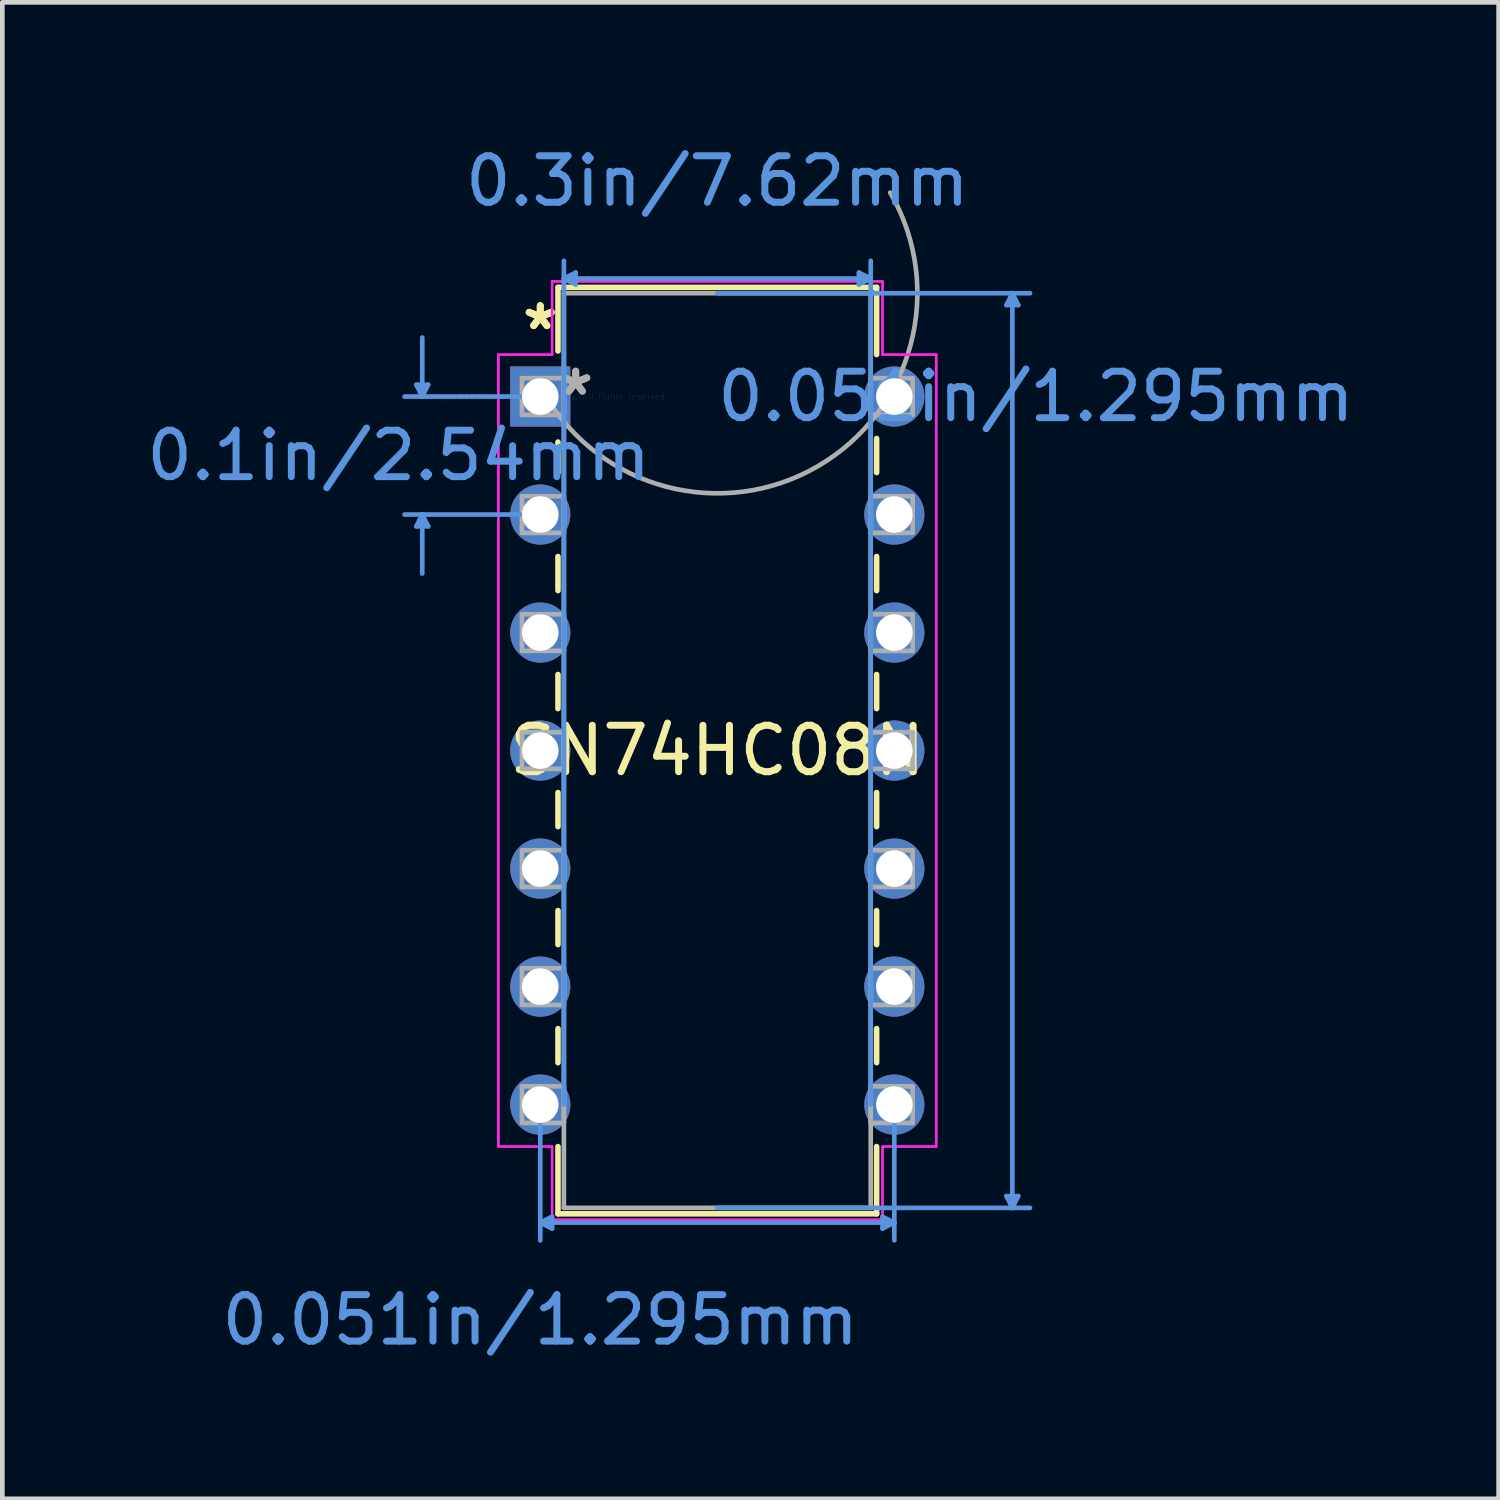
<source format=kicad_pcb>
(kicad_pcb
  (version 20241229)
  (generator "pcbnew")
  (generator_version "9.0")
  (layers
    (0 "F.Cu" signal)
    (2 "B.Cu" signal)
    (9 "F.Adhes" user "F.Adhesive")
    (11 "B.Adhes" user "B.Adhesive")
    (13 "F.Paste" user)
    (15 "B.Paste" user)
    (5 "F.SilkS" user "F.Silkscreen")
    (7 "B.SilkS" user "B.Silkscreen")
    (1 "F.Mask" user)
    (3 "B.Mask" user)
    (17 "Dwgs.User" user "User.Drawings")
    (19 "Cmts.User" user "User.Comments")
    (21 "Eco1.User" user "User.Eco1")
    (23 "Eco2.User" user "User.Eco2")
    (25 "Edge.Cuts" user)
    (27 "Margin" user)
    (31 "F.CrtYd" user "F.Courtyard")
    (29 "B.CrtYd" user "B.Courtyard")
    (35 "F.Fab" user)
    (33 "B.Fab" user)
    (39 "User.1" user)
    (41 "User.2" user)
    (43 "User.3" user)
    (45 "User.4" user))
  (footprint "SN74HC08N"
    (layer "F.Cu")
    (at 8.578 5.484)
    (property "Reference" "SN74HC08N" (at 3.81 7.62 0) (layer "F.SilkS") (effects (font (size 1 1) (thickness 0.15))))
    (attr through_hole)
    (fp_line (start 0.381 -2.349) (end 0.381 -0.98) (stroke (width 0.12) (type solid)) (layer "F.SilkS"))
    (fp_line (start 0.381 0.98) (end 0.381 1.637) (stroke (width 0.12) (type solid)) (layer "F.SilkS"))
    (fp_line (start 0.381 3.443) (end 0.381 4.177) (stroke (width 0.12) (type solid)) (layer "F.SilkS"))
    (fp_line (start 0.381 5.983) (end 0.381 6.717) (stroke (width 0.12) (type solid)) (layer "F.SilkS"))
    (fp_line (start 0.381 8.523) (end 0.381 9.257) (stroke (width 0.12) (type solid)) (layer "F.SilkS"))
    (fp_line (start 0.381 11.063) (end 0.381 11.797) (stroke (width 0.12) (type solid)) (layer "F.SilkS"))
    (fp_line (start 0.381 13.603) (end 0.381 14.337) (stroke (width 0.12) (type solid)) (layer "F.SilkS"))
    (fp_line (start 0.381 16.143) (end 0.381 17.59) (stroke (width 0.12) (type solid)) (layer "F.SilkS"))
    (fp_line (start 0.381 17.59) (end 7.239 17.59) (stroke (width 0.12) (type solid)) (layer "F.SilkS"))
    (fp_line (start 7.239 -2.349) (end 0.381 -2.349) (stroke (width 0.12) (type solid)) (layer "F.SilkS"))
    (fp_line (start 7.239 -0.903) (end 7.239 -2.349) (stroke (width 0.12) (type solid)) (layer "F.SilkS"))
    (fp_line (start 7.239 1.637) (end 7.239 0.903) (stroke (width 0.12) (type solid)) (layer "F.SilkS"))
    (fp_line (start 7.239 4.177) (end 7.239 3.443) (stroke (width 0.12) (type solid)) (layer "F.SilkS"))
    (fp_line (start 7.239 6.717) (end 7.239 5.983) (stroke (width 0.12) (type solid)) (layer "F.SilkS"))
    (fp_line (start 7.239 9.257) (end 7.239 8.523) (stroke (width 0.12) (type solid)) (layer "F.SilkS"))
    (fp_line (start 7.239 11.797) (end 7.239 11.063) (stroke (width 0.12) (type solid)) (layer "F.SilkS"))
    (fp_line (start 7.239 14.337) (end 7.239 13.603) (stroke (width 0.12) (type solid)) (layer "F.SilkS"))
    (fp_line (start 7.239 17.59) (end 7.239 16.143) (stroke (width 0.12) (type solid)) (layer "F.SilkS"))
    (fp_line (start -2.667 -0.254) (end -2.413 -0.254) (stroke (width 0.1) (type solid)) (layer "Cmts.User"))
    (fp_line (start -2.667 2.794) (end -2.413 2.794) (stroke (width 0.1) (type solid)) (layer "Cmts.User"))
    (fp_line (start -2.54 0) (end -2.667 -0.254) (stroke (width 0.1) (type solid)) (layer "Cmts.User"))
    (fp_line (start -2.54 0) (end -2.54 -1.27) (stroke (width 0.1) (type solid)) (layer "Cmts.User"))
    (fp_line (start -2.54 0) (end -2.413 -0.254) (stroke (width 0.1) (type solid)) (layer "Cmts.User"))
    (fp_line (start -2.54 2.54) (end -2.667 2.794) (stroke (width 0.1) (type solid)) (layer "Cmts.User"))
    (fp_line (start -2.54 2.54) (end -2.54 3.81) (stroke (width 0.1) (type solid)) (layer "Cmts.User"))
    (fp_line (start -2.54 2.54) (end -2.413 2.794) (stroke (width 0.1) (type solid)) (layer "Cmts.User"))
    (fp_line (start 0 0) (end -2.921 0) (stroke (width 0.1) (type solid)) (layer "Cmts.User"))
    (fp_line (start 0 2.54) (end -2.921 2.54) (stroke (width 0.1) (type solid)) (layer "Cmts.User"))
    (fp_line (start 0 15.24) (end 0 18.161) (stroke (width 0.1) (type solid)) (layer "Cmts.User"))
    (fp_line (start 0 17.78) (end 0.254 17.653) (stroke (width 0.1) (type solid)) (layer "Cmts.User"))
    (fp_line (start 0 17.78) (end 0.254 17.907) (stroke (width 0.1) (type solid)) (layer "Cmts.User"))
    (fp_line (start 0 17.78) (end 7.62 17.78) (stroke (width 0.1) (type solid)) (layer "Cmts.User"))
    (fp_line (start 0.254 17.653) (end 0.254 17.907) (stroke (width 0.1) (type solid)) (layer "Cmts.User"))
    (fp_line (start 0.508 -2.54) (end 0.762 -2.667) (stroke (width 0.1) (type solid)) (layer "Cmts.User"))
    (fp_line (start 0.508 -2.54) (end 0.762 -2.413) (stroke (width 0.1) (type solid)) (layer "Cmts.User"))
    (fp_line (start 0.508 -2.54) (end 7.112 -2.54) (stroke (width 0.1) (type solid)) (layer "Cmts.User"))
    (fp_line (start 0.508 15.24) (end 0.508 -2.921) (stroke (width 0.1) (type solid)) (layer "Cmts.User"))
    (fp_line (start 0.762 -2.667) (end 0.762 -2.413) (stroke (width 0.1) (type solid)) (layer "Cmts.User"))
    (fp_line (start 3.81 -2.223) (end 10.541 -2.223) (stroke (width 0.1) (type solid)) (layer "Cmts.User"))
    (fp_line (start 3.81 17.462) (end 10.541 17.462) (stroke (width 0.1) (type solid)) (layer "Cmts.User"))
    (fp_line (start 6.858 -2.667) (end 6.858 -2.413) (stroke (width 0.1) (type solid)) (layer "Cmts.User"))
    (fp_line (start 7.112 -2.54) (end 6.858 -2.667) (stroke (width 0.1) (type solid)) (layer "Cmts.User"))
    (fp_line (start 7.112 -2.54) (end 6.858 -2.413) (stroke (width 0.1) (type solid)) (layer "Cmts.User"))
    (fp_line (start 7.112 15.24) (end 7.112 -2.921) (stroke (width 0.1) (type solid)) (layer "Cmts.User"))
    (fp_line (start 7.366 17.653) (end 7.366 17.907) (stroke (width 0.1) (type solid)) (layer "Cmts.User"))
    (fp_line (start 7.62 15.24) (end 7.62 18.161) (stroke (width 0.1) (type solid)) (layer "Cmts.User"))
    (fp_line (start 7.62 17.78) (end 7.366 17.653) (stroke (width 0.1) (type solid)) (layer "Cmts.User"))
    (fp_line (start 7.62 17.78) (end 7.366 17.907) (stroke (width 0.1) (type solid)) (layer "Cmts.User"))
    (fp_line (start 10.033 -1.968) (end 10.287 -1.968) (stroke (width 0.1) (type solid)) (layer "Cmts.User"))
    (fp_line (start 10.033 17.209) (end 10.287 17.209) (stroke (width 0.1) (type solid)) (layer "Cmts.User"))
    (fp_line (start 10.16 -2.223) (end 10.033 -1.968) (stroke (width 0.1) (type solid)) (layer "Cmts.User"))
    (fp_line (start 10.16 -2.223) (end 10.16 17.462) (stroke (width 0.1) (type solid)) (layer "Cmts.User"))
    (fp_line (start 10.16 -2.223) (end 10.287 -1.968) (stroke (width 0.1) (type solid)) (layer "Cmts.User"))
    (fp_line (start 10.16 17.462) (end 10.033 17.209) (stroke (width 0.1) (type solid)) (layer "Cmts.User"))
    (fp_line (start 10.16 17.462) (end 10.287 17.209) (stroke (width 0.1) (type solid)) (layer "Cmts.User"))
    (fp_line (start -0.902 -0.902) (end -0.902 16.142) (stroke (width 0.05) (type solid)) (layer "F.CrtYd"))
    (fp_line (start -0.902 -0.902) (end 0.254 -0.902) (stroke (width 0.05) (type solid)) (layer "F.CrtYd"))
    (fp_line (start -0.902 16.142) (end -0.902 -0.902) (stroke (width 0.05) (type solid)) (layer "F.CrtYd"))
    (fp_line (start -0.902 16.142) (end 0.254 16.142) (stroke (width 0.05) (type solid)) (layer "F.CrtYd"))
    (fp_line (start 0.254 -2.477) (end 0.254 -0.902) (stroke (width 0.05) (type solid)) (layer "F.CrtYd"))
    (fp_line (start 0.254 -2.477) (end 7.366 -2.477) (stroke (width 0.05) (type solid)) (layer "F.CrtYd"))
    (fp_line (start 0.254 -0.902) (end -0.902 -0.902) (stroke (width 0.05) (type solid)) (layer "F.CrtYd"))
    (fp_line (start 0.254 -0.902) (end 0.254 -2.477) (stroke (width 0.05) (type solid)) (layer "F.CrtYd"))
    (fp_line (start 0.254 16.142) (end -0.902 16.142) (stroke (width 0.05) (type solid)) (layer "F.CrtYd"))
    (fp_line (start 0.254 16.142) (end 0.254 17.716) (stroke (width 0.05) (type solid)) (layer "F.CrtYd"))
    (fp_line (start 0.254 17.716) (end 0.254 16.142) (stroke (width 0.05) (type solid)) (layer "F.CrtYd"))
    (fp_line (start 0.254 17.716) (end 7.366 17.716) (stroke (width 0.05) (type solid)) (layer "F.CrtYd"))
    (fp_line (start 7.366 -2.477) (end 0.254 -2.477) (stroke (width 0.05) (type solid)) (layer "F.CrtYd"))
    (fp_line (start 7.366 -2.477) (end 7.366 -0.902) (stroke (width 0.05) (type solid)) (layer "F.CrtYd"))
    (fp_line (start 7.366 -0.902) (end 7.366 -2.477) (stroke (width 0.05) (type solid)) (layer "F.CrtYd"))
    (fp_line (start 7.366 16.142) (end 7.366 17.716) (stroke (width 0.05) (type solid)) (layer "F.CrtYd"))
    (fp_line (start 7.366 16.142) (end 8.522 16.142) (stroke (width 0.05) (type solid)) (layer "F.CrtYd"))
    (fp_line (start 7.366 17.716) (end 0.254 17.716) (stroke (width 0.05) (type solid)) (layer "F.CrtYd"))
    (fp_line (start 7.366 17.716) (end 7.366 16.142) (stroke (width 0.05) (type solid)) (layer "F.CrtYd"))
    (fp_line (start 8.522 -0.902) (end 7.366 -0.902) (stroke (width 0.05) (type solid)) (layer "F.CrtYd"))
    (fp_line (start 8.522 -0.902) (end 7.366 -0.902) (stroke (width 0.05) (type solid)) (layer "F.CrtYd"))
    (fp_line (start 8.522 -0.902) (end 8.522 16.142) (stroke (width 0.05) (type solid)) (layer "F.CrtYd"))
    (fp_line (start 8.522 16.142) (end 7.366 16.142) (stroke (width 0.05) (type solid)) (layer "F.CrtYd"))
    (fp_line (start 8.522 16.142) (end 8.522 -0.902) (stroke (width 0.05) (type solid)) (layer "F.CrtYd"))
    (fp_line (start -0.394 -0.394) (end -0.394 0.394) (stroke (width 0.1) (type solid)) (layer "F.Fab"))
    (fp_line (start -0.394 0.394) (end 0.508 0.394) (stroke (width 0.1) (type solid)) (layer "F.Fab"))
    (fp_line (start -0.394 2.146) (end -0.394 2.934) (stroke (width 0.1) (type solid)) (layer "F.Fab"))
    (fp_line (start -0.394 2.934) (end 0.508 2.934) (stroke (width 0.1) (type solid)) (layer "F.Fab"))
    (fp_line (start -0.394 4.686) (end -0.394 5.474) (stroke (width 0.1) (type solid)) (layer "F.Fab"))
    (fp_line (start -0.394 5.474) (end 0.508 5.474) (stroke (width 0.1) (type solid)) (layer "F.Fab"))
    (fp_line (start -0.394 7.226) (end -0.394 8.014) (stroke (width 0.1) (type solid)) (layer "F.Fab"))
    (fp_line (start -0.394 8.014) (end 0.508 8.014) (stroke (width 0.1) (type solid)) (layer "F.Fab"))
    (fp_line (start -0.394 9.766) (end -0.394 10.554) (stroke (width 0.1) (type solid)) (layer "F.Fab"))
    (fp_line (start -0.394 10.554) (end 0.508 10.554) (stroke (width 0.1) (type solid)) (layer "F.Fab"))
    (fp_line (start -0.394 12.306) (end -0.394 13.094) (stroke (width 0.1) (type solid)) (layer "F.Fab"))
    (fp_line (start -0.394 13.094) (end 0.508 13.094) (stroke (width 0.1) (type solid)) (layer "F.Fab"))
    (fp_line (start -0.394 14.846) (end -0.394 15.634) (stroke (width 0.1) (type solid)) (layer "F.Fab"))
    (fp_line (start -0.394 15.634) (end 0.508 15.634) (stroke (width 0.1) (type solid)) (layer "F.Fab"))
    (fp_line (start 0.508 -2.223) (end 0.508 17.462) (stroke (width 0.1) (type solid)) (layer "F.Fab"))
    (fp_line (start 0.508 -0.394) (end -0.394 -0.394) (stroke (width 0.1) (type solid)) (layer "F.Fab"))
    (fp_line (start 0.508 0.394) (end 0.508 -0.394) (stroke (width 0.1) (type solid)) (layer "F.Fab"))
    (fp_line (start 0.508 2.146) (end -0.394 2.146) (stroke (width 0.1) (type solid)) (layer "F.Fab"))
    (fp_line (start 0.508 2.934) (end 0.508 2.146) (stroke (width 0.1) (type solid)) (layer "F.Fab"))
    (fp_line (start 0.508 4.686) (end -0.394 4.686) (stroke (width 0.1) (type solid)) (layer "F.Fab"))
    (fp_line (start 0.508 5.474) (end 0.508 4.686) (stroke (width 0.1) (type solid)) (layer "F.Fab"))
    (fp_line (start 0.508 7.226) (end -0.394 7.226) (stroke (width 0.1) (type solid)) (layer "F.Fab"))
    (fp_line (start 0.508 8.014) (end 0.508 7.226) (stroke (width 0.1) (type solid)) (layer "F.Fab"))
    (fp_line (start 0.508 9.766) (end -0.394 9.766) (stroke (width 0.1) (type solid)) (layer "F.Fab"))
    (fp_line (start 0.508 10.554) (end 0.508 9.766) (stroke (width 0.1) (type solid)) (layer "F.Fab"))
    (fp_line (start 0.508 12.306) (end -0.394 12.306) (stroke (width 0.1) (type solid)) (layer "F.Fab"))
    (fp_line (start 0.508 13.094) (end 0.508 12.306) (stroke (width 0.1) (type solid)) (layer "F.Fab"))
    (fp_line (start 0.508 14.846) (end -0.394 14.846) (stroke (width 0.1) (type solid)) (layer "F.Fab"))
    (fp_line (start 0.508 15.634) (end 0.508 14.846) (stroke (width 0.1) (type solid)) (layer "F.Fab"))
    (fp_line (start 0.508 17.462) (end 7.112 17.462) (stroke (width 0.1) (type solid)) (layer "F.Fab"))
    (fp_line (start 7.112 -2.223) (end 0.508 -2.223) (stroke (width 0.1) (type solid)) (layer "F.Fab"))
    (fp_line (start 7.112 -0.394) (end 7.112 0.394) (stroke (width 0.1) (type solid)) (layer "F.Fab"))
    (fp_line (start 7.112 0.394) (end 8.014 0.394) (stroke (width 0.1) (type solid)) (layer "F.Fab"))
    (fp_line (start 7.112 2.146) (end 7.112 2.934) (stroke (width 0.1) (type solid)) (layer "F.Fab"))
    (fp_line (start 7.112 2.934) (end 8.014 2.934) (stroke (width 0.1) (type solid)) (layer "F.Fab"))
    (fp_line (start 7.112 4.686) (end 7.112 5.474) (stroke (width 0.1) (type solid)) (layer "F.Fab"))
    (fp_line (start 7.112 5.474) (end 8.014 5.474) (stroke (width 0.1) (type solid)) (layer "F.Fab"))
    (fp_line (start 7.112 7.226) (end 7.112 8.014) (stroke (width 0.1) (type solid)) (layer "F.Fab"))
    (fp_line (start 7.112 8.014) (end 8.014 8.014) (stroke (width 0.1) (type solid)) (layer "F.Fab"))
    (fp_line (start 7.112 9.766) (end 7.112 10.554) (stroke (width 0.1) (type solid)) (layer "F.Fab"))
    (fp_line (start 7.112 10.554) (end 8.014 10.554) (stroke (width 0.1) (type solid)) (layer "F.Fab"))
    (fp_line (start 7.112 12.306) (end 7.112 13.094) (stroke (width 0.1) (type solid)) (layer "F.Fab"))
    (fp_line (start 7.112 13.094) (end 8.014 13.094) (stroke (width 0.1) (type solid)) (layer "F.Fab"))
    (fp_line (start 7.112 14.846) (end 7.112 15.634) (stroke (width 0.1) (type solid)) (layer "F.Fab"))
    (fp_line (start 7.112 15.634) (end 8.014 15.634) (stroke (width 0.1) (type solid)) (layer "F.Fab"))
    (fp_line (start 7.112 17.462) (end 7.112 -2.223) (stroke (width 0.1) (type solid)) (layer "F.Fab"))
    (fp_line (start 8.014 -0.394) (end 7.112 -0.394) (stroke (width 0.1) (type solid)) (layer "F.Fab"))
    (fp_line (start 8.014 0.394) (end 8.014 -0.394) (stroke (width 0.1) (type solid)) (layer "F.Fab"))
    (fp_line (start 8.014 2.146) (end 7.112 2.146) (stroke (width 0.1) (type solid)) (layer "F.Fab"))
    (fp_line (start 8.014 2.934) (end 8.014 2.146) (stroke (width 0.1) (type solid)) (layer "F.Fab"))
    (fp_line (start 8.014 4.686) (end 7.112 4.686) (stroke (width 0.1) (type solid)) (layer "F.Fab"))
    (fp_line (start 8.014 5.474) (end 8.014 4.686) (stroke (width 0.1) (type solid)) (layer "F.Fab"))
    (fp_line (start 8.014 7.226) (end 7.112 7.226) (stroke (width 0.1) (type solid)) (layer "F.Fab"))
    (fp_line (start 8.014 8.014) (end 8.014 7.226) (stroke (width 0.1) (type solid)) (layer "F.Fab"))
    (fp_line (start 8.014 9.766) (end 7.112 9.766) (stroke (width 0.1) (type solid)) (layer "F.Fab"))
    (fp_line (start 8.014 10.554) (end 8.014 9.766) (stroke (width 0.1) (type solid)) (layer "F.Fab"))
    (fp_line (start 8.014 12.306) (end 7.112 12.306) (stroke (width 0.1) (type solid)) (layer "F.Fab"))
    (fp_line (start 8.014 13.094) (end 8.014 12.306) (stroke (width 0.1) (type solid)) (layer "F.Fab"))
    (fp_line (start 8.014 14.846) (end 7.112 14.846) (stroke (width 0.1) (type solid)) (layer "F.Fab"))
    (fp_line (start 8.014 15.634) (end 8.014 14.846) (stroke (width 0.1) (type solid)) (layer "F.Fab"))
    (fp_arc (start 7.530968 -4.388548) (mid 5.976048 1.498468) (end 0.089032 -0.056452) (stroke (width 0.1) (type solid)) (layer "F.Fab"))
    (fp_text user "*" (at 0 -1.41 0) (layer "F.SilkS") (effects (font (size 1 1) (thickness 0.15))))
    (fp_text user "*" (at 0 -1.41 0) (layer "F.SilkS") (effects (font (size 1 1) (thickness 0.15))))
    (fp_text user "0.3in/7.62mm" (at 3.81 -4.636 0) (layer "Cmts.User") (effects (font (size 1 1) (thickness 0.15))))
    (fp_text user "0.1in/2.54mm" (at -3.048 1.27 0) (layer "Cmts.User") (effects (font (size 1 1) (thickness 0.15))))
    (fp_text user "Copyright 2021 Accelerated Designs. All rights reserved." (at 0 0 0) (layer "Cmts.User") (effects (font (size 0.127 0.127) (thickness 0.002))))
    (fp_text user "0.051in/1.295mm" (at 0 19.875 0) (layer "Cmts.User") (effects (font (size 1 1) (thickness 0.15))))
    (fp_text user "0.051in/1.295mm" (at 10.668 0 0) (layer "Cmts.User") (effects (font (size 1 1) (thickness 0.15))))
    (fp_text user "*" (at 0.762 0 0) (layer "F.Fab") (effects (font (size 1 1) (thickness 0.15))))
    (fp_text user "*" (at 0.762 0 0) (layer "F.Fab") (effects (font (size 1 1) (thickness 0.15))))
    (pad "1" thru_hole rect (at 0 0) (size 1.295 1.295) (drill 0.787) (layers "*.Cu" "*.Mask"))
    (pad "2" thru_hole circle (at 0 2.54) (size 1.295 1.295) (drill 0.787) (layers "*.Cu" "*.Mask"))
    (pad "3" thru_hole circle (at 0 5.08) (size 1.295 1.295) (drill 0.787) (layers "*.Cu" "*.Mask"))
    (pad "4" thru_hole circle (at 0 7.62) (size 1.295 1.295) (drill 0.787) (layers "*.Cu" "*.Mask"))
    (pad "5" thru_hole circle (at 0 10.16) (size 1.295 1.295) (drill 0.787) (layers "*.Cu" "*.Mask"))
    (pad "6" thru_hole circle (at 0 12.7) (size 1.295 1.295) (drill 0.787) (layers "*.Cu" "*.Mask"))
    (pad "7" thru_hole circle (at 0 15.24) (size 1.295 1.295) (drill 0.787) (layers "*.Cu" "*.Mask"))
    (pad "8" thru_hole circle (at 7.62 15.24) (size 1.295 1.295) (drill 0.787) (layers "*.Cu" "*.Mask"))
    (pad "9" thru_hole circle (at 7.62 12.7) (size 1.295 1.295) (drill 0.787) (layers "*.Cu" "*.Mask"))
    (pad "10" thru_hole circle (at 7.62 10.16) (size 1.295 1.295) (drill 0.787) (layers "*.Cu" "*.Mask"))
    (pad "11" thru_hole circle (at 7.62 7.62) (size 1.295 1.295) (drill 0.787) (layers "*.Cu" "*.Mask"))
    (pad "12" thru_hole circle (at 7.62 5.08) (size 1.295 1.295) (drill 0.787) (layers "*.Cu" "*.Mask"))
    (pad "13" thru_hole circle (at 7.62 2.54) (size 1.295 1.295) (drill 0.787) (layers "*.Cu" "*.Mask"))
    (pad "14" thru_hole circle (at 7.62 0) (size 1.295 1.295) (drill 0.787) (layers "*.Cu" "*.Mask")))
  (gr_rect
    (start -3 -3)
    (end 29.204 29.207)
    (stroke (width 0.1) (type default))
    (fill no)
    (layer "Edge.Cuts")))
</source>
